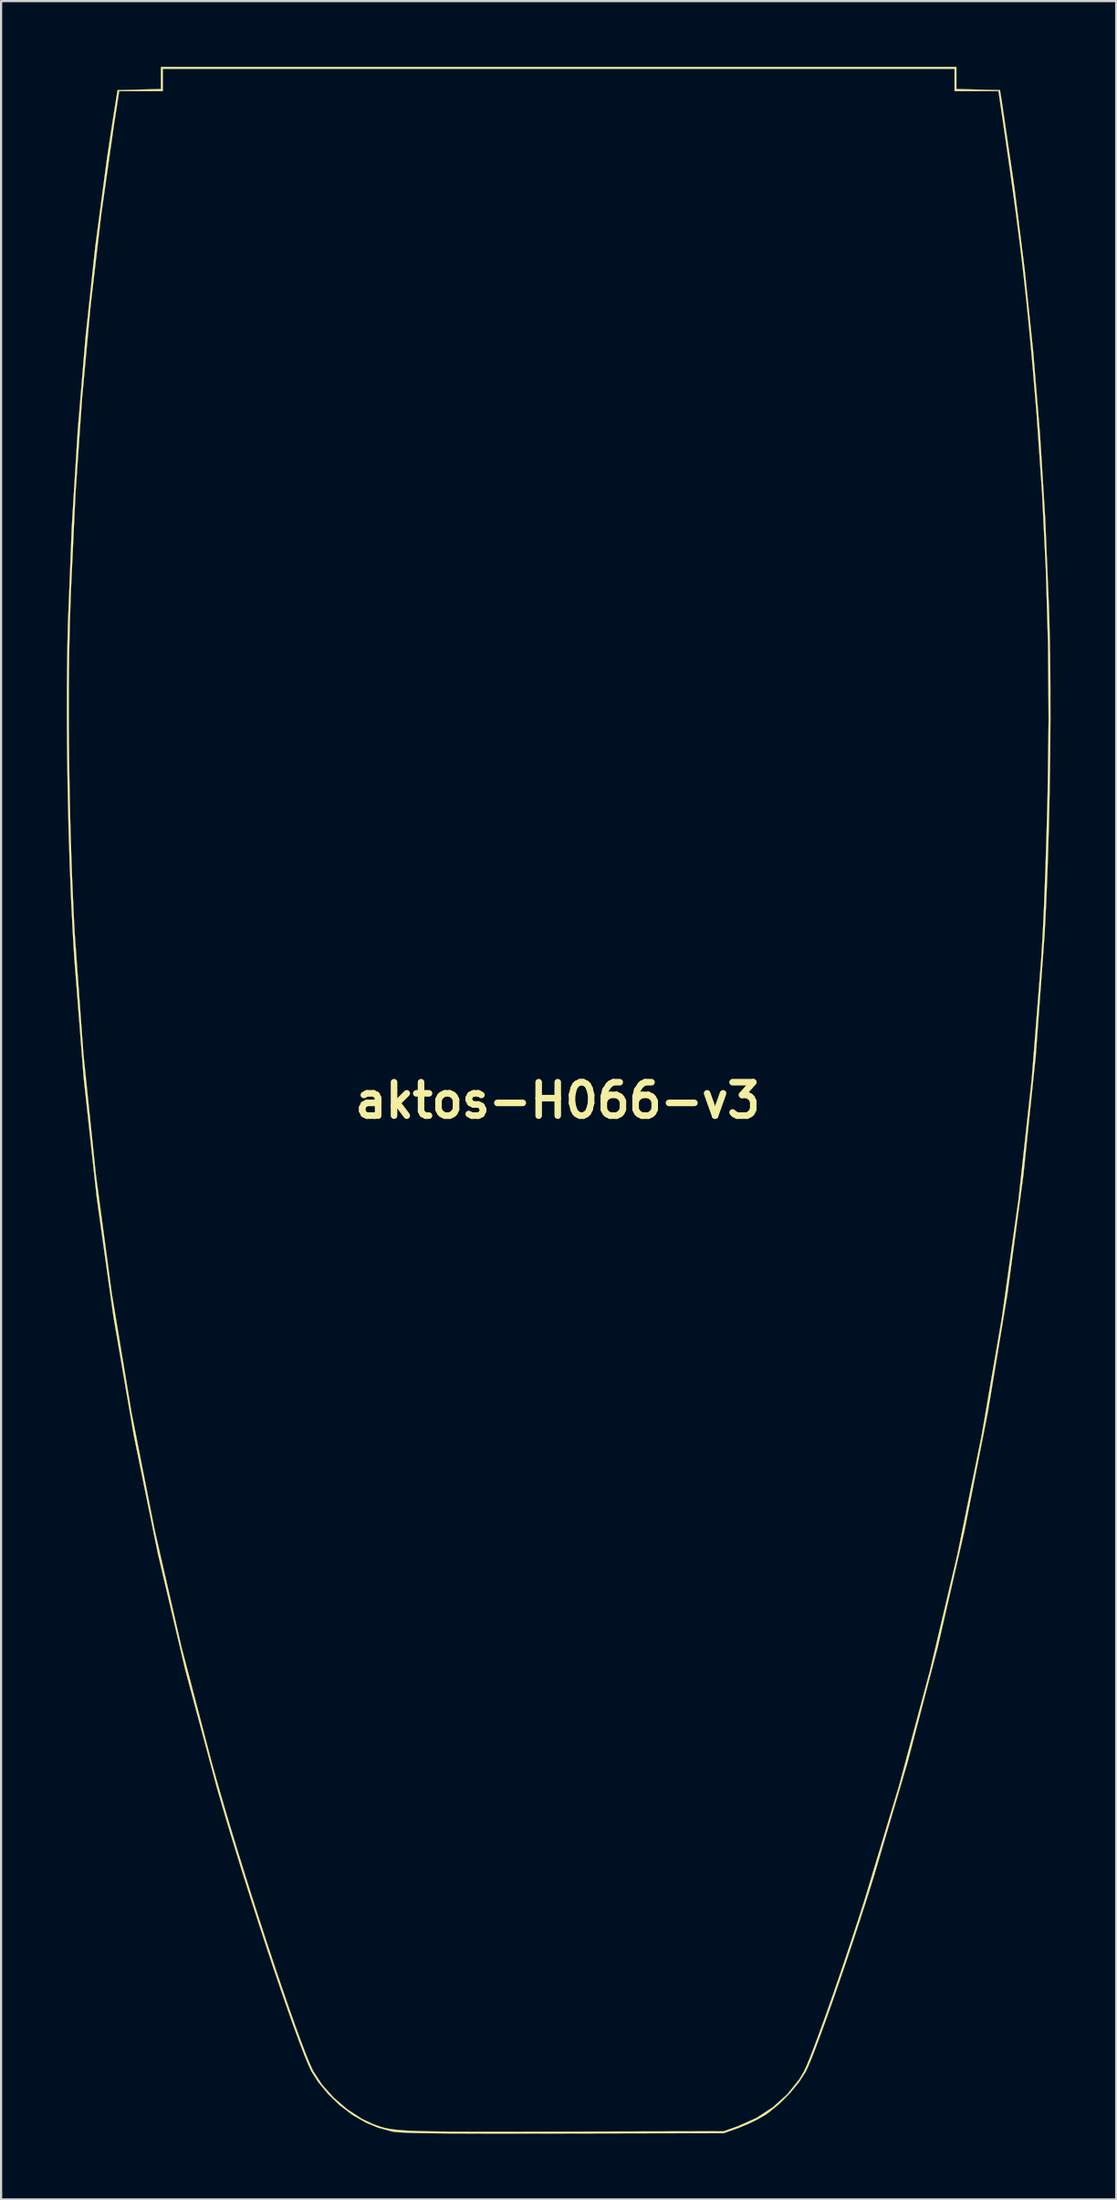
<source format=kicad_pcb>
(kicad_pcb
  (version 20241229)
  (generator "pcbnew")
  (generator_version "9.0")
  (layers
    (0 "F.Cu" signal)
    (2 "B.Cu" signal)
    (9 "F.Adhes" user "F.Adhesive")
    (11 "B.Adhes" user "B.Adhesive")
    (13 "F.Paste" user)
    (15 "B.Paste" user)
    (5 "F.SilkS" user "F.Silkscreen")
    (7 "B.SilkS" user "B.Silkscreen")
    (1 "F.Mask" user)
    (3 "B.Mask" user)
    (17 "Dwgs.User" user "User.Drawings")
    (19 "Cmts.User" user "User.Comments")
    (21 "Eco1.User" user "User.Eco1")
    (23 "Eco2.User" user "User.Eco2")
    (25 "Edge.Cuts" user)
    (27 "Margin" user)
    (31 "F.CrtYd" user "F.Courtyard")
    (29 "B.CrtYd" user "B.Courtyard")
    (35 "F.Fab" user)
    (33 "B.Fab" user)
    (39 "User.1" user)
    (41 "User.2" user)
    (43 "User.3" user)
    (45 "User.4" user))
  (footprint "aktos-H066-v3"
    (layer "F.Cu")
    (at 22.417 47.164)
    (property "Reference" "aktos-H066-v3" (at 0 0 0) (layer "F.SilkS") (effects (font (size 1.524 1.524) (thickness 0.3))))
    (attr through_hole)
    (fp_poly (pts (xy 18.203 -46.149) (xy 19.198 -46.125) (xy 20.193 -46.101) (xy 20.299 -45.424) (xy 20.851 -41.653) (xy 21.32 -37.914) (xy 21.708 -34.171) (xy 22.02 -30.387) (xy 22.258 -26.526) (xy 22.426 -22.553) (xy 22.449 -21.813) (xy 22.479 -20.449) (xy 22.495 -18.951) (xy 22.497 -17.353) (xy 22.484 -15.691) (xy 22.458 -14) (xy 22.419 -12.314) (xy 22.368 -10.667) (xy 22.306 -9.095) (xy 22.232 -7.632) (xy 22.226 -7.535) (xy 21.826 -2.048) (xy 21.259 3.416) (xy 20.528 8.851) (xy 19.632 14.253) (xy 18.572 19.619) (xy 17.349 24.944) (xy 15.965 30.224) (xy 14.418 35.454) (xy 14.087 36.503) (xy 13.787 37.432) (xy 13.479 38.368) (xy 13.168 39.296) (xy 12.86 40.197) (xy 12.562 41.055) (xy 12.28 41.852) (xy 12.019 42.571) (xy 11.786 43.196) (xy 11.587 43.708) (xy 11.427 44.092) (xy 11.326 44.306) (xy 11.012 44.794) (xy 10.591 45.304) (xy 10.11 45.785) (xy 9.614 46.189) (xy 9.435 46.31) (xy 9.071 46.514) (xy 8.639 46.721) (xy 8.236 46.884) (xy 7.578 47.117) (xy 0.254 47.133) (xy -1.09 47.135) (xy -2.275 47.136) (xy -3.311 47.136) (xy -4.207 47.133) (xy -4.973 47.13) (xy -5.62 47.124) (xy -6.158 47.116) (xy -6.596 47.106) (xy -6.944 47.093) (xy -7.212 47.079) (xy -7.411 47.061) (xy -7.549 47.042) (xy -7.578 47.036) (xy -8.2 46.866) (xy -8.749 46.641) (xy -9.307 46.323) (xy -9.41 46.257) (xy -9.962 45.836) (xy -10.488 45.326) (xy -10.942 44.777) (xy -11.244 44.301) (xy -11.385 44.001) (xy -11.569 43.554) (xy -11.791 42.976) (xy -12.046 42.281) (xy -12.329 41.486) (xy -12.634 40.606) (xy -12.957 39.656) (xy -13.292 38.652) (xy -13.634 37.609) (xy -13.978 36.542) (xy -14.32 35.468) (xy -14.652 34.4) (xy -14.972 33.356) (xy -15.273 32.349) (xy -15.55 31.397) (xy -15.581 31.287) (xy -17.003 25.992) (xy -18.262 20.654) (xy -19.356 15.278) (xy -20.285 9.869) (xy -21.049 4.428) (xy -21.646 -1.039) (xy -22.076 -6.53) (xy -22.141 -7.62) (xy -22.219 -9.15) (xy -22.284 -10.782) (xy -22.337 -12.48) (xy -22.376 -14.21) (xy -22.402 -15.936) (xy -22.412 -17.623) (xy -22.41 -18.786) (xy -22.326 -18.786) (xy -22.326 -17.148) (xy -22.311 -15.446) (xy -22.282 -13.715) (xy -22.239 -11.991) (xy -22.182 -10.308) (xy -22.113 -8.702) (xy -22.057 -7.62) (xy -21.659 -2.125) (xy -21.095 3.348) (xy -20.365 8.794) (xy -19.468 14.21) (xy -18.407 19.592) (xy -17.181 24.938) (xy -15.791 30.242) (xy -15.497 31.287) (xy -15.222 32.233) (xy -14.924 33.234) (xy -14.606 34.275) (xy -14.275 35.34) (xy -13.935 36.415) (xy -13.59 37.483) (xy -13.248 38.53) (xy -12.912 39.539) (xy -12.587 40.496) (xy -12.28 41.385) (xy -11.994 42.19) (xy -11.736 42.897) (xy -11.509 43.49) (xy -11.32 43.953) (xy -11.174 44.271) (xy -11.159 44.3) (xy -10.754 44.916) (xy -10.222 45.506) (xy -9.605 46.034) (xy -8.947 46.462) (xy -8.467 46.689) (xy -8.301 46.753) (xy -8.142 46.809) (xy -7.981 46.858) (xy -7.804 46.901) (xy -7.601 46.936) (xy -7.359 46.966) (xy -7.068 46.991) (xy -6.717 47.011) (xy -6.292 47.026) (xy -5.784 47.038) (xy -5.18 47.045) (xy -4.469 47.05) (xy -3.64 47.053) (xy -2.681 47.053) (xy -1.58 47.052) (xy -0.326 47.049) (xy 0.254 47.048) (xy 7.578 47.032) (xy 8.236 46.799) (xy 9.067 46.428) (xy 9.826 45.934) (xy 10.487 45.34) (xy 11.025 44.668) (xy 11.241 44.306) (xy 11.361 44.049) (xy 11.525 43.649) (xy 11.729 43.121) (xy 11.966 42.484) (xy 12.23 41.753) (xy 12.515 40.947) (xy 12.815 40.083) (xy 13.123 39.177) (xy 13.434 38.247) (xy 13.742 37.31) (xy 14.002 36.503) (xy 15.581 31.283) (xy 16.998 26.013) (xy 18.254 20.696) (xy 19.346 15.339) (xy 20.276 9.943) (xy 21.04 4.514) (xy 21.64 -0.944) (xy 22.074 -6.427) (xy 22.142 -7.535) (xy 22.169 -8.072) (xy 22.2 -8.75) (xy 22.231 -9.54) (xy 22.263 -10.413) (xy 22.294 -11.341) (xy 22.323 -12.296) (xy 22.35 -13.248) (xy 22.368 -13.981) (xy 22.414 -17.389) (xy 22.387 -20.796) (xy 22.288 -24.234) (xy 22.114 -27.737) (xy 21.865 -31.338) (xy 21.674 -33.613) (xy 21.579 -34.655) (xy 21.485 -35.634) (xy 21.389 -36.572) (xy 21.289 -37.493) (xy 21.182 -38.419) (xy 21.064 -39.373) (xy 20.934 -40.378) (xy 20.788 -41.458) (xy 20.623 -42.635) (xy 20.436 -43.932) (xy 20.226 -45.372) (xy 20.215 -45.445) (xy 20.125 -46.059) (xy 18.119 -46.059) (xy 18.119 -47.075) (xy -18.034 -47.075) (xy -18.034 -46.059) (xy -20.025 -46.059) (xy -20.265 -44.514) (xy -20.845 -40.433) (xy -21.33 -36.281) (xy -21.721 -32.041) (xy -22.021 -27.695) (xy -22.231 -23.227) (xy -22.28 -21.733) (xy -22.311 -20.326) (xy -22.326 -18.786) (xy -22.41 -18.786) (xy -22.408 -19.237) (xy -22.389 -20.743) (xy -22.365 -21.733) (xy -22.186 -26.206) (xy -21.916 -30.581) (xy -21.558 -34.846) (xy -21.112 -38.991) (xy -20.578 -43.006) (xy -20.333 -44.619) (xy -20.099 -46.101) (xy -19.109 -46.125) (xy -18.119 -46.149) (xy -18.119 -47.159) (xy 18.203 -47.159) (xy 18.203 -46.149)) (stroke (width 0.01) (type solid)) (fill yes) (layer "F.SilkS")))
  (gr_rect
    (start -3 -3)
    (end 47.919 97.306)
    (stroke (width 0.1) (type default))
    (fill no)
    (layer "Edge.Cuts")))
</source>
